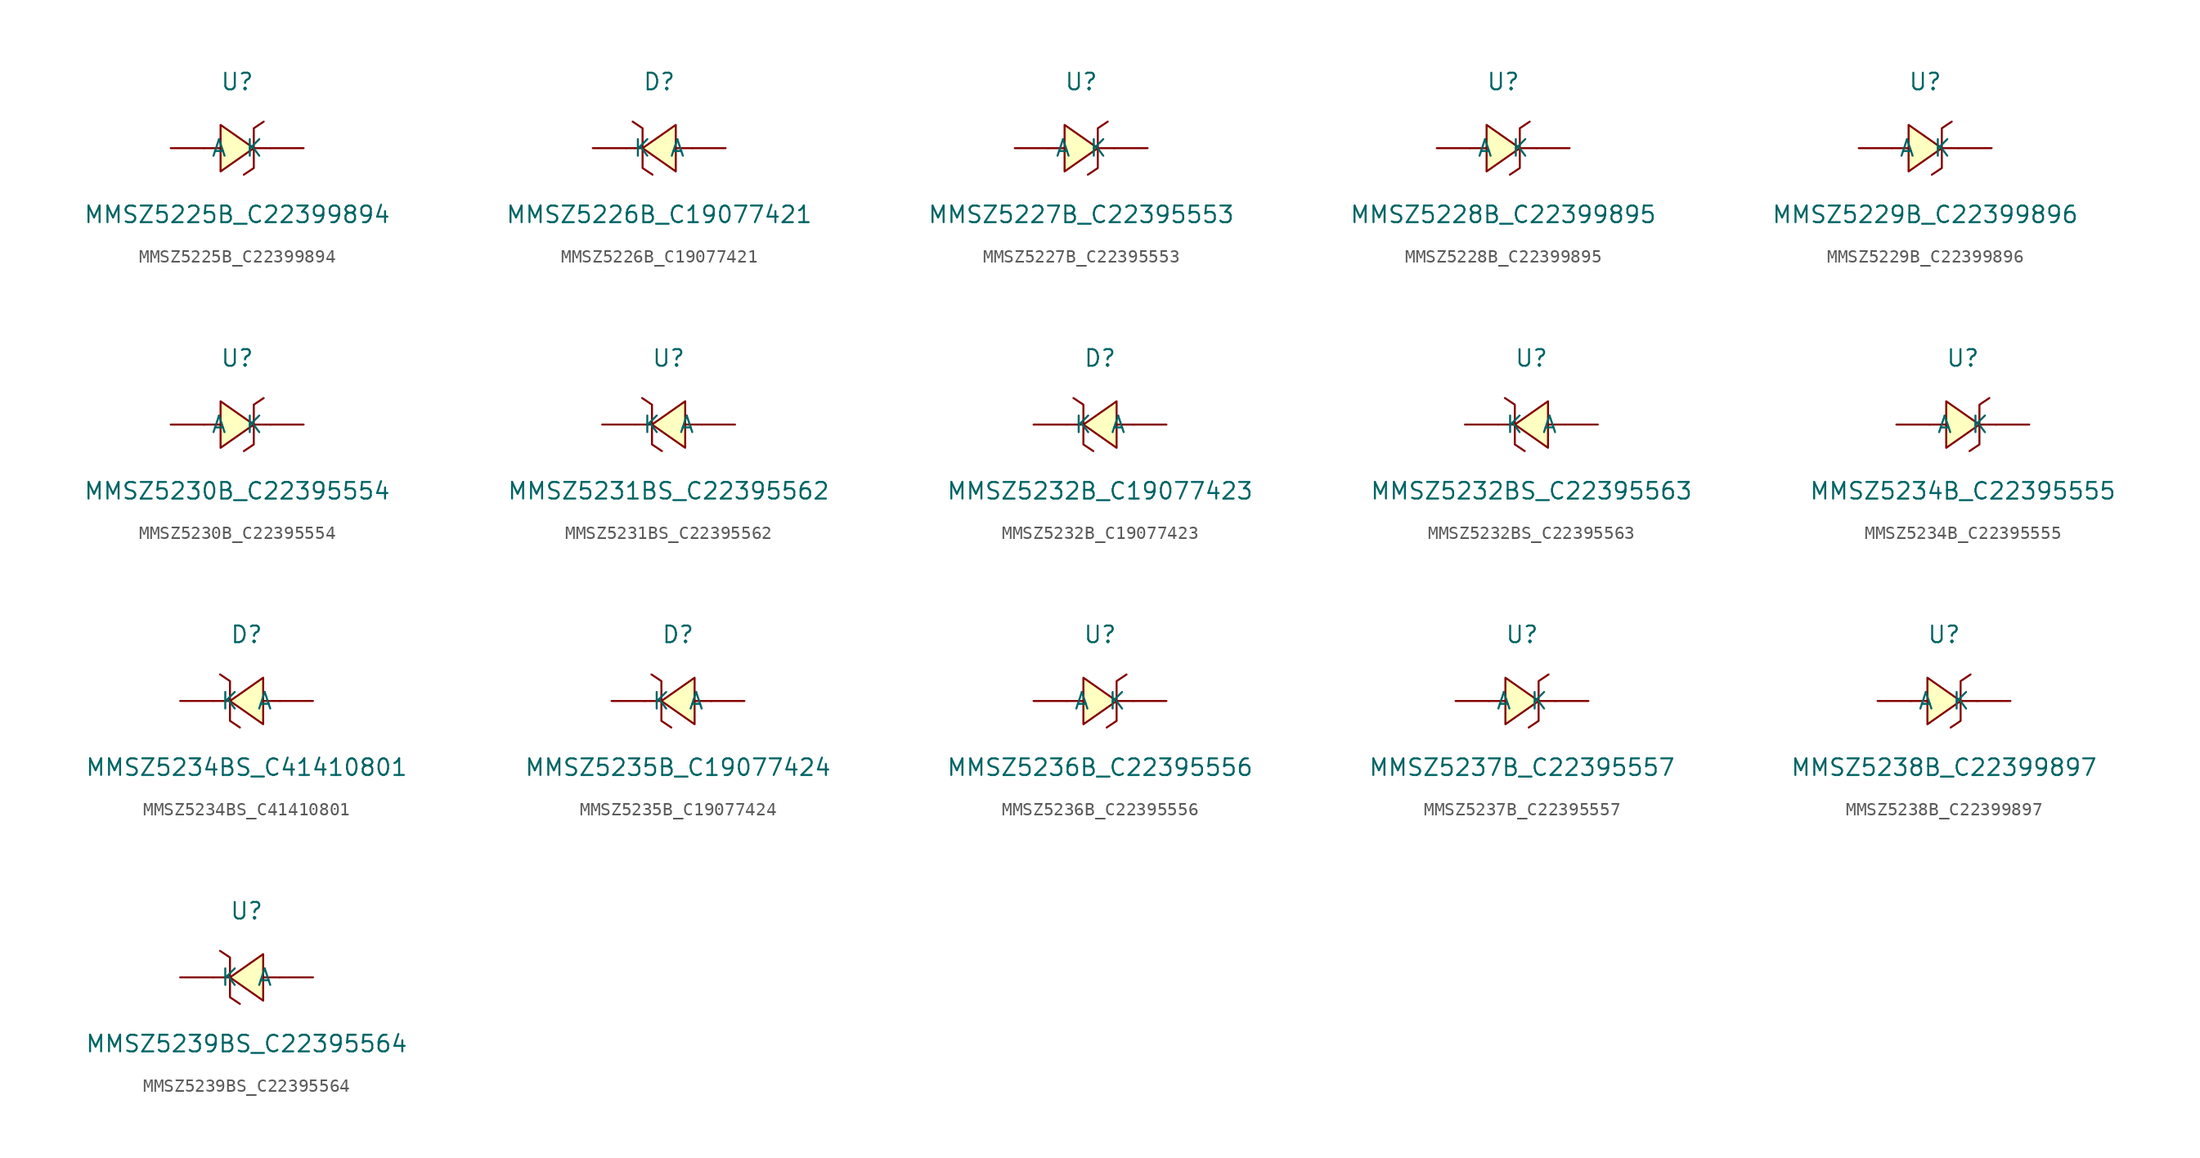
<source format=kicad_sym>
(kicad_symbol_lib
  (version 20241209)
  (generator "kicad_symbol_editor")
  (generator_version "9.0")
  (symbol "MMSZ5225B_C22399894"
    (pin_numbers
      (hide yes))
    (property "Reference" "U"
      (at 0 5.08 0)
      (effects (font (size 1.27 1.27))))
    (property "Value" "MMSZ5225B_C22399894"
      (at 0 -5.08 0)
      (effects (font (size 1.27 1.27))))
    (symbol "MMSZ5225B_C22399894_0_1"
      (polyline (pts (xy -2.54 0) (xy -1.27 0)) (stroke (width 0) (type default)) (fill (type none)))
      (polyline (pts (xy -1.27 1.78) (xy 1.27 0) (xy -1.27 -1.78) (xy -1.27 1.78)) (stroke (width 0) (type default)) (fill (type background)))
      (polyline (pts (xy 1.27 0) (xy 2.54 0)) (stroke (width 0) (type default)) (fill (type none)))
      (polyline (pts (xy 2.03 2.03) (xy 1.27 1.52) (xy 1.27 -1.52) (xy 0.51 -2.03)) (stroke (width 0) (type default)) (fill (type none)))
      (pin unspecified line (at -5.08 0 0) (length 2.54) (name "A" (effects (font (size 1.27 1.27)))) (number "1" (effects (font (size 1.27 1.27)))))
      (pin unspecified line (at 5.08 0 180) (length 2.54) (name "K" (effects (font (size 1.27 1.27)))) (number "2" (effects (font (size 1.27 1.27)))))))
  (symbol "MMSZ5226B_C19077421"
    (pin_numbers
      (hide yes))
    (property "Reference" "D"
      (at 0 5.08 0)
      (effects (font (size 1.27 1.27))))
    (property "Value" "MMSZ5226B_C19077421"
      (at 0 -5.08 0)
      (effects (font (size 1.27 1.27))))
    (symbol "MMSZ5226B_C19077421_0_1"
      (polyline (pts (xy -2.03 2.03) (xy -1.27 1.52) (xy -1.27 -1.52) (xy -0.51 -2.03)) (stroke (width 0) (type default)) (fill (type none)))
      (polyline (pts (xy -1.27 0) (xy -2.54 0)) (stroke (width 0) (type default)) (fill (type none)))
      (polyline (pts (xy 1.27 1.78) (xy -1.27 0) (xy 1.27 -1.78) (xy 1.27 1.78)) (stroke (width 0) (type default)) (fill (type background)))
      (polyline (pts (xy 2.54 0) (xy 1.27 0)) (stroke (width 0) (type default)) (fill (type none)))
      (pin unspecified line (at -5.08 0 0) (length 2.54) (name "K" (effects (font (size 1.27 1.27)))) (number "1" (effects (font (size 1.27 1.27)))))
      (pin unspecified line (at 5.08 0 180) (length 2.54) (name "A" (effects (font (size 1.27 1.27)))) (number "2" (effects (font (size 1.27 1.27)))))))
  (symbol "MMSZ5227B_C22395553"
    (pin_numbers
      (hide yes))
    (property "Reference" "U"
      (at 0 5.08 0)
      (effects (font (size 1.27 1.27))))
    (property "Value" "MMSZ5227B_C22395553"
      (at 0 -5.08 0)
      (effects (font (size 1.27 1.27))))
    (symbol "MMSZ5227B_C22395553_0_1"
      (polyline (pts (xy -2.54 0) (xy -1.27 0)) (stroke (width 0) (type default)) (fill (type none)))
      (polyline (pts (xy -1.27 1.78) (xy 1.27 0) (xy -1.27 -1.78) (xy -1.27 1.78)) (stroke (width 0) (type default)) (fill (type background)))
      (polyline (pts (xy 1.27 0) (xy 2.54 0)) (stroke (width 0) (type default)) (fill (type none)))
      (polyline (pts (xy 2.03 2.03) (xy 1.27 1.52) (xy 1.27 -1.52) (xy 0.51 -2.03)) (stroke (width 0) (type default)) (fill (type none)))
      (pin unspecified line (at -5.08 0 0) (length 2.54) (name "A" (effects (font (size 1.27 1.27)))) (number "1" (effects (font (size 1.27 1.27)))))
      (pin unspecified line (at 5.08 0 180) (length 2.54) (name "K" (effects (font (size 1.27 1.27)))) (number "2" (effects (font (size 1.27 1.27)))))))
  (symbol "MMSZ5228B_C22399895"
    (pin_numbers
      (hide yes))
    (property "Reference" "U"
      (at 0 5.08 0)
      (effects (font (size 1.27 1.27))))
    (property "Value" "MMSZ5228B_C22399895"
      (at 0 -5.08 0)
      (effects (font (size 1.27 1.27))))
    (symbol "MMSZ5228B_C22399895_0_1"
      (polyline (pts (xy -2.54 0) (xy -1.27 0)) (stroke (width 0) (type default)) (fill (type none)))
      (polyline (pts (xy -1.27 1.78) (xy 1.27 0) (xy -1.27 -1.78) (xy -1.27 1.78)) (stroke (width 0) (type default)) (fill (type background)))
      (polyline (pts (xy 1.27 0) (xy 2.54 0)) (stroke (width 0) (type default)) (fill (type none)))
      (polyline (pts (xy 2.03 2.03) (xy 1.27 1.52) (xy 1.27 -1.52) (xy 0.51 -2.03)) (stroke (width 0) (type default)) (fill (type none)))
      (pin unspecified line (at -5.08 0 0) (length 2.54) (name "A" (effects (font (size 1.27 1.27)))) (number "1" (effects (font (size 1.27 1.27)))))
      (pin unspecified line (at 5.08 0 180) (length 2.54) (name "K" (effects (font (size 1.27 1.27)))) (number "2" (effects (font (size 1.27 1.27)))))))
  (symbol "MMSZ5229B_C22399896"
    (pin_numbers
      (hide yes))
    (property "Reference" "U"
      (at 0 5.08 0)
      (effects (font (size 1.27 1.27))))
    (property "Value" "MMSZ5229B_C22399896"
      (at 0 -5.08 0)
      (effects (font (size 1.27 1.27))))
    (symbol "MMSZ5229B_C22399896_0_1"
      (polyline (pts (xy -2.54 0) (xy -1.27 0)) (stroke (width 0) (type default)) (fill (type none)))
      (polyline (pts (xy -1.27 1.78) (xy 1.27 0) (xy -1.27 -1.78) (xy -1.27 1.78)) (stroke (width 0) (type default)) (fill (type background)))
      (polyline (pts (xy 1.27 0) (xy 2.54 0)) (stroke (width 0) (type default)) (fill (type none)))
      (polyline (pts (xy 2.03 2.03) (xy 1.27 1.52) (xy 1.27 -1.52) (xy 0.51 -2.03)) (stroke (width 0) (type default)) (fill (type none)))
      (pin unspecified line (at -5.08 0 0) (length 2.54) (name "A" (effects (font (size 1.27 1.27)))) (number "1" (effects (font (size 1.27 1.27)))))
      (pin unspecified line (at 5.08 0 180) (length 2.54) (name "K" (effects (font (size 1.27 1.27)))) (number "2" (effects (font (size 1.27 1.27)))))))
  (symbol "MMSZ5230B_C22395554"
    (pin_numbers
      (hide yes))
    (property "Reference" "U"
      (at 0 5.08 0)
      (effects (font (size 1.27 1.27))))
    (property "Value" "MMSZ5230B_C22395554"
      (at 0 -5.08 0)
      (effects (font (size 1.27 1.27))))
    (symbol "MMSZ5230B_C22395554_0_1"
      (polyline (pts (xy -2.54 0) (xy -1.27 0)) (stroke (width 0) (type default)) (fill (type none)))
      (polyline (pts (xy -1.27 1.78) (xy 1.27 0) (xy -1.27 -1.78) (xy -1.27 1.78)) (stroke (width 0) (type default)) (fill (type background)))
      (polyline (pts (xy 1.27 0) (xy 2.54 0)) (stroke (width 0) (type default)) (fill (type none)))
      (polyline (pts (xy 2.03 2.03) (xy 1.27 1.52) (xy 1.27 -1.52) (xy 0.51 -2.03)) (stroke (width 0) (type default)) (fill (type none)))
      (pin unspecified line (at -5.08 0 0) (length 2.54) (name "A" (effects (font (size 1.27 1.27)))) (number "1" (effects (font (size 1.27 1.27)))))
      (pin unspecified line (at 5.08 0 180) (length 2.54) (name "K" (effects (font (size 1.27 1.27)))) (number "2" (effects (font (size 1.27 1.27)))))))
  (symbol "MMSZ5231BS_C22395562"
    (pin_numbers
      (hide yes))
    (property "Reference" "U"
      (at 0 5.08 0)
      (effects (font (size 1.27 1.27))))
    (property "Value" "MMSZ5231BS_C22395562"
      (at 0 -5.08 0)
      (effects (font (size 1.27 1.27))))
    (symbol "MMSZ5231BS_C22395562_0_1"
      (polyline (pts (xy -2.03 2.03) (xy -1.27 1.52) (xy -1.27 -1.52) (xy -0.51 -2.03)) (stroke (width 0) (type default)) (fill (type none)))
      (polyline (pts (xy -1.27 0) (xy -2.54 0)) (stroke (width 0) (type default)) (fill (type none)))
      (polyline (pts (xy 1.27 1.78) (xy -1.27 0) (xy 1.27 -1.78) (xy 1.27 1.78)) (stroke (width 0) (type default)) (fill (type background)))
      (polyline (pts (xy 2.54 0) (xy 1.27 0)) (stroke (width 0) (type default)) (fill (type none)))
      (pin unspecified line (at -5.08 0 0) (length 2.54) (name "K" (effects (font (size 1.27 1.27)))) (number "1" (effects (font (size 1.27 1.27)))))
      (pin unspecified line (at 5.08 0 180) (length 2.54) (name "A" (effects (font (size 1.27 1.27)))) (number "2" (effects (font (size 1.27 1.27)))))))
  (symbol "MMSZ5232B_C19077423"
    (pin_numbers
      (hide yes))
    (property "Reference" "D"
      (at 0 5.08 0)
      (effects (font (size 1.27 1.27))))
    (property "Value" "MMSZ5232B_C19077423"
      (at 0 -5.08 0)
      (effects (font (size 1.27 1.27))))
    (symbol "MMSZ5232B_C19077423_0_1"
      (polyline (pts (xy -2.03 2.03) (xy -1.27 1.52) (xy -1.27 -1.52) (xy -0.51 -2.03)) (stroke (width 0) (type default)) (fill (type none)))
      (polyline (pts (xy -1.27 0) (xy -2.54 0)) (stroke (width 0) (type default)) (fill (type none)))
      (polyline (pts (xy 1.27 1.78) (xy -1.27 0) (xy 1.27 -1.78) (xy 1.27 1.78)) (stroke (width 0) (type default)) (fill (type background)))
      (polyline (pts (xy 2.54 0) (xy 1.27 0)) (stroke (width 0) (type default)) (fill (type none)))
      (pin unspecified line (at -5.08 0 0) (length 2.54) (name "K" (effects (font (size 1.27 1.27)))) (number "1" (effects (font (size 1.27 1.27)))))
      (pin unspecified line (at 5.08 0 180) (length 2.54) (name "A" (effects (font (size 1.27 1.27)))) (number "2" (effects (font (size 1.27 1.27)))))))
  (symbol "MMSZ5232BS_C22395563"
    (pin_numbers
      (hide yes))
    (property "Reference" "U"
      (at 0 5.08 0)
      (effects (font (size 1.27 1.27))))
    (property "Value" "MMSZ5232BS_C22395563"
      (at 0 -5.08 0)
      (effects (font (size 1.27 1.27))))
    (symbol "MMSZ5232BS_C22395563_0_1"
      (polyline (pts (xy -2.03 2.03) (xy -1.27 1.52) (xy -1.27 -1.52) (xy -0.51 -2.03)) (stroke (width 0) (type default)) (fill (type none)))
      (polyline (pts (xy -1.27 0) (xy -2.54 0)) (stroke (width 0) (type default)) (fill (type none)))
      (polyline (pts (xy 1.27 1.78) (xy -1.27 0) (xy 1.27 -1.78) (xy 1.27 1.78)) (stroke (width 0) (type default)) (fill (type background)))
      (polyline (pts (xy 2.54 0) (xy 1.27 0)) (stroke (width 0) (type default)) (fill (type none)))
      (pin unspecified line (at -5.08 0 0) (length 2.54) (name "K" (effects (font (size 1.27 1.27)))) (number "1" (effects (font (size 1.27 1.27)))))
      (pin unspecified line (at 5.08 0 180) (length 2.54) (name "A" (effects (font (size 1.27 1.27)))) (number "2" (effects (font (size 1.27 1.27)))))))
  (symbol "MMSZ5234B_C22395555"
    (pin_numbers
      (hide yes))
    (property "Reference" "U"
      (at 0 5.08 0)
      (effects (font (size 1.27 1.27))))
    (property "Value" "MMSZ5234B_C22395555"
      (at 0 -5.08 0)
      (effects (font (size 1.27 1.27))))
    (symbol "MMSZ5234B_C22395555_0_1"
      (polyline (pts (xy -2.54 0) (xy -1.27 0)) (stroke (width 0) (type default)) (fill (type none)))
      (polyline (pts (xy -1.27 1.78) (xy 1.27 0) (xy -1.27 -1.78) (xy -1.27 1.78)) (stroke (width 0) (type default)) (fill (type background)))
      (polyline (pts (xy 1.27 0) (xy 2.54 0)) (stroke (width 0) (type default)) (fill (type none)))
      (polyline (pts (xy 2.03 2.03) (xy 1.27 1.52) (xy 1.27 -1.52) (xy 0.51 -2.03)) (stroke (width 0) (type default)) (fill (type none)))
      (pin unspecified line (at -5.08 0 0) (length 2.54) (name "A" (effects (font (size 1.27 1.27)))) (number "1" (effects (font (size 1.27 1.27)))))
      (pin unspecified line (at 5.08 0 180) (length 2.54) (name "K" (effects (font (size 1.27 1.27)))) (number "2" (effects (font (size 1.27 1.27)))))))
  (symbol "MMSZ5234BS_C41410801"
    (pin_numbers
      (hide yes))
    (property "Reference" "D"
      (at 0 5.08 0)
      (effects (font (size 1.27 1.27))))
    (property "Value" "MMSZ5234BS_C41410801"
      (at 0 -5.08 0)
      (effects (font (size 1.27 1.27))))
    (symbol "MMSZ5234BS_C41410801_0_1"
      (polyline (pts (xy -2.03 2.03) (xy -1.27 1.52) (xy -1.27 -1.52) (xy -0.51 -2.03)) (stroke (width 0) (type default)) (fill (type none)))
      (polyline (pts (xy -1.27 0) (xy -2.54 0)) (stroke (width 0) (type default)) (fill (type none)))
      (polyline (pts (xy 1.27 1.78) (xy -1.27 0) (xy 1.27 -1.78) (xy 1.27 1.78)) (stroke (width 0) (type default)) (fill (type background)))
      (polyline (pts (xy 2.54 0) (xy 1.27 0)) (stroke (width 0) (type default)) (fill (type none)))
      (pin unspecified line (at -5.08 0 0) (length 2.54) (name "K" (effects (font (size 1.27 1.27)))) (number "1" (effects (font (size 1.27 1.27)))))
      (pin unspecified line (at 5.08 0 180) (length 2.54) (name "A" (effects (font (size 1.27 1.27)))) (number "2" (effects (font (size 1.27 1.27)))))))
  (symbol "MMSZ5235B_C19077424"
    (pin_numbers
      (hide yes))
    (property "Reference" "D"
      (at 0 5.08 0)
      (effects (font (size 1.27 1.27))))
    (property "Value" "MMSZ5235B_C19077424"
      (at 0 -5.08 0)
      (effects (font (size 1.27 1.27))))
    (symbol "MMSZ5235B_C19077424_0_1"
      (polyline (pts (xy -2.03 2.03) (xy -1.27 1.52) (xy -1.27 -1.52) (xy -0.51 -2.03)) (stroke (width 0) (type default)) (fill (type none)))
      (polyline (pts (xy -1.27 0) (xy -2.54 0)) (stroke (width 0) (type default)) (fill (type none)))
      (polyline (pts (xy 1.27 1.78) (xy -1.27 0) (xy 1.27 -1.78) (xy 1.27 1.78)) (stroke (width 0) (type default)) (fill (type background)))
      (polyline (pts (xy 2.54 0) (xy 1.27 0)) (stroke (width 0) (type default)) (fill (type none)))
      (pin unspecified line (at -5.08 0 0) (length 2.54) (name "K" (effects (font (size 1.27 1.27)))) (number "1" (effects (font (size 1.27 1.27)))))
      (pin unspecified line (at 5.08 0 180) (length 2.54) (name "A" (effects (font (size 1.27 1.27)))) (number "2" (effects (font (size 1.27 1.27)))))))
  (symbol "MMSZ5236B_C22395556"
    (pin_numbers
      (hide yes))
    (property "Reference" "U"
      (at 0 5.08 0)
      (effects (font (size 1.27 1.27))))
    (property "Value" "MMSZ5236B_C22395556"
      (at 0 -5.08 0)
      (effects (font (size 1.27 1.27))))
    (symbol "MMSZ5236B_C22395556_0_1"
      (polyline (pts (xy -2.54 0) (xy -1.27 0)) (stroke (width 0) (type default)) (fill (type none)))
      (polyline (pts (xy -1.27 1.78) (xy 1.27 0) (xy -1.27 -1.78) (xy -1.27 1.78)) (stroke (width 0) (type default)) (fill (type background)))
      (polyline (pts (xy 1.27 0) (xy 2.54 0)) (stroke (width 0) (type default)) (fill (type none)))
      (polyline (pts (xy 2.03 2.03) (xy 1.27 1.52) (xy 1.27 -1.52) (xy 0.51 -2.03)) (stroke (width 0) (type default)) (fill (type none)))
      (pin unspecified line (at -5.08 0 0) (length 2.54) (name "A" (effects (font (size 1.27 1.27)))) (number "1" (effects (font (size 1.27 1.27)))))
      (pin unspecified line (at 5.08 0 180) (length 2.54) (name "K" (effects (font (size 1.27 1.27)))) (number "2" (effects (font (size 1.27 1.27)))))))
  (symbol "MMSZ5237B_C22395557"
    (pin_numbers
      (hide yes))
    (property "Reference" "U"
      (at 0 5.08 0)
      (effects (font (size 1.27 1.27))))
    (property "Value" "MMSZ5237B_C22395557"
      (at 0 -5.08 0)
      (effects (font (size 1.27 1.27))))
    (symbol "MMSZ5237B_C22395557_0_1"
      (polyline (pts (xy -2.54 0) (xy -1.27 0)) (stroke (width 0) (type default)) (fill (type none)))
      (polyline (pts (xy -1.27 1.78) (xy 1.27 0) (xy -1.27 -1.78) (xy -1.27 1.78)) (stroke (width 0) (type default)) (fill (type background)))
      (polyline (pts (xy 1.27 0) (xy 2.54 0)) (stroke (width 0) (type default)) (fill (type none)))
      (polyline (pts (xy 2.03 2.03) (xy 1.27 1.52) (xy 1.27 -1.52) (xy 0.51 -2.03)) (stroke (width 0) (type default)) (fill (type none)))
      (pin unspecified line (at -5.08 0 0) (length 2.54) (name "A" (effects (font (size 1.27 1.27)))) (number "2" (effects (font (size 1.27 1.27)))))
      (pin unspecified line (at 5.08 0 180) (length 2.54) (name "K" (effects (font (size 1.27 1.27)))) (number "1" (effects (font (size 1.27 1.27)))))))
  (symbol "MMSZ5238B_C22399897"
    (pin_numbers
      (hide yes))
    (property "Reference" "U"
      (at 0 5.08 0)
      (effects (font (size 1.27 1.27))))
    (property "Value" "MMSZ5238B_C22399897"
      (at 0 -5.08 0)
      (effects (font (size 1.27 1.27))))
    (symbol "MMSZ5238B_C22399897_0_1"
      (polyline (pts (xy -2.54 0) (xy -1.27 0)) (stroke (width 0) (type default)) (fill (type none)))
      (polyline (pts (xy -1.27 1.78) (xy 1.27 0) (xy -1.27 -1.78) (xy -1.27 1.78)) (stroke (width 0) (type default)) (fill (type background)))
      (polyline (pts (xy 1.27 0) (xy 2.54 0)) (stroke (width 0) (type default)) (fill (type none)))
      (polyline (pts (xy 2.03 2.03) (xy 1.27 1.52) (xy 1.27 -1.52) (xy 0.51 -2.03)) (stroke (width 0) (type default)) (fill (type none)))
      (pin unspecified line (at -5.08 0 0) (length 2.54) (name "A" (effects (font (size 1.27 1.27)))) (number "1" (effects (font (size 1.27 1.27)))))
      (pin unspecified line (at 5.08 0 180) (length 2.54) (name "K" (effects (font (size 1.27 1.27)))) (number "2" (effects (font (size 1.27 1.27)))))))
  (symbol "MMSZ5239BS_C22395564"
    (pin_numbers
      (hide yes))
    (property "Reference" "U"
      (at 0 5.08 0)
      (effects (font (size 1.27 1.27))))
    (property "Value" "MMSZ5239BS_C22395564"
      (at 0 -5.08 0)
      (effects (font (size 1.27 1.27))))
    (symbol "MMSZ5239BS_C22395564_0_1"
      (polyline (pts (xy -2.03 2.03) (xy -1.27 1.52) (xy -1.27 -1.52) (xy -0.51 -2.03)) (stroke (width 0) (type default)) (fill (type none)))
      (polyline (pts (xy -1.27 0) (xy -2.54 0)) (stroke (width 0) (type default)) (fill (type none)))
      (polyline (pts (xy 1.27 1.78) (xy -1.27 0) (xy 1.27 -1.78) (xy 1.27 1.78)) (stroke (width 0) (type default)) (fill (type background)))
      (polyline (pts (xy 2.54 0) (xy 1.27 0)) (stroke (width 0) (type default)) (fill (type none)))
      (pin unspecified line (at -5.08 0 0) (length 2.54) (name "K" (effects (font (size 1.27 1.27)))) (number "1" (effects (font (size 1.27 1.27)))))
      (pin unspecified line (at 5.08 0 180) (length 2.54) (name "A" (effects (font (size 1.27 1.27)))) (number "2" (effects (font (size 1.27 1.27))))))))
</source>
